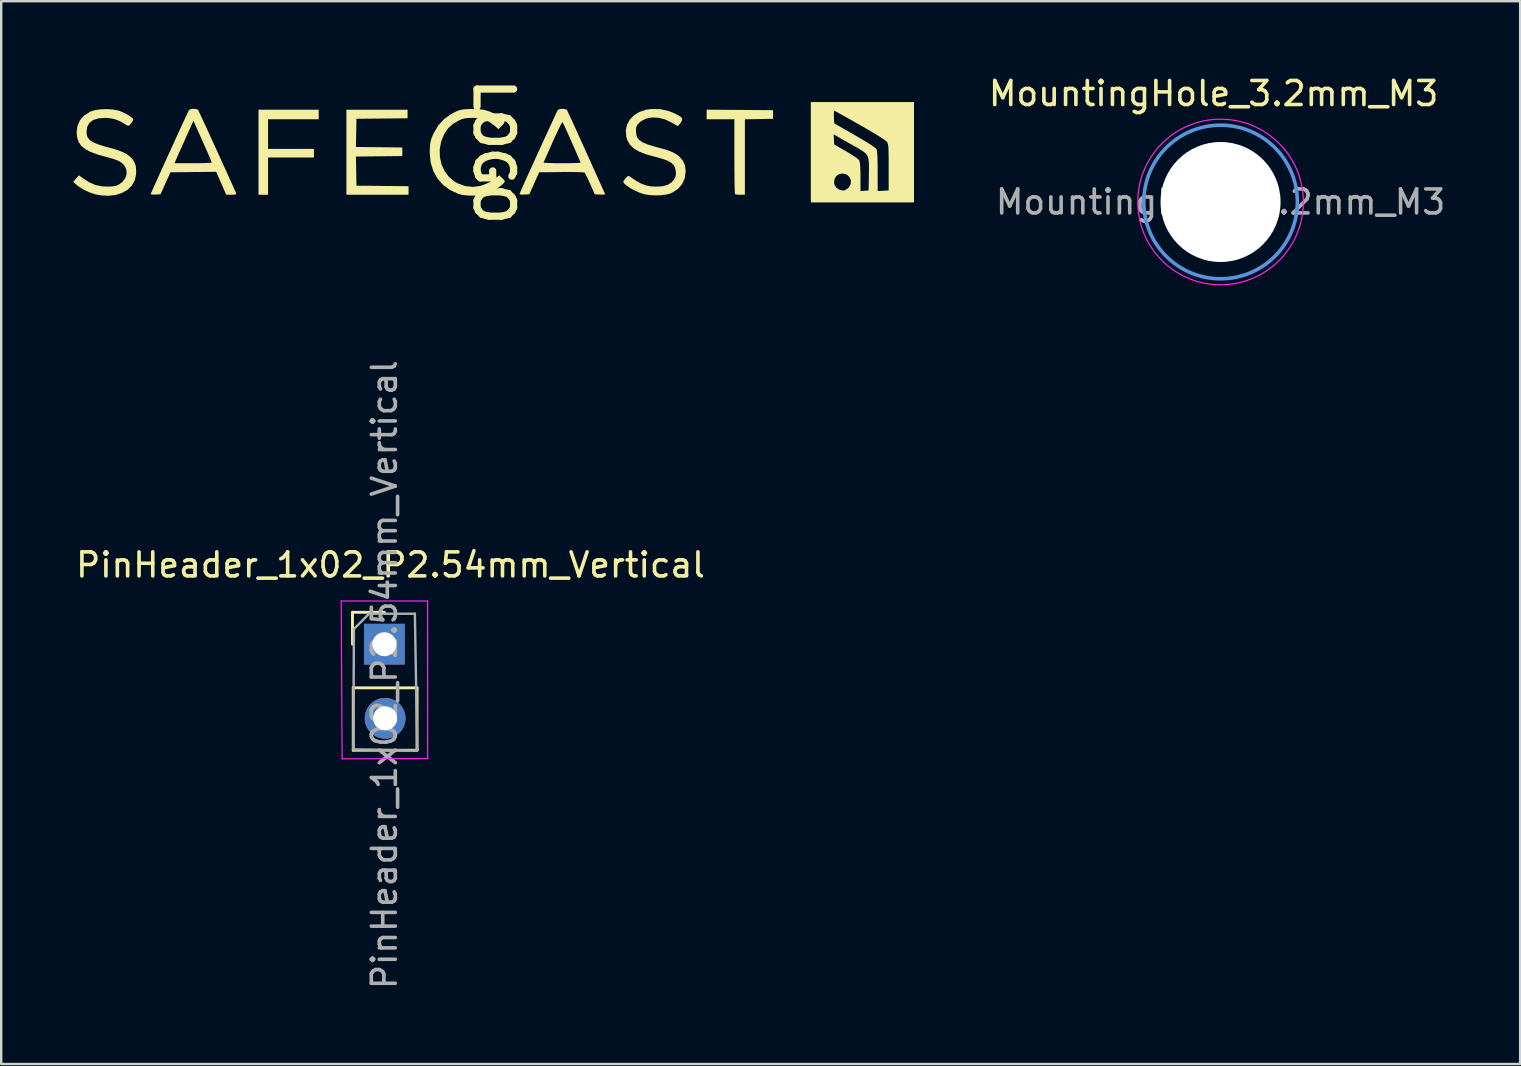
<source format=kicad_pcb>
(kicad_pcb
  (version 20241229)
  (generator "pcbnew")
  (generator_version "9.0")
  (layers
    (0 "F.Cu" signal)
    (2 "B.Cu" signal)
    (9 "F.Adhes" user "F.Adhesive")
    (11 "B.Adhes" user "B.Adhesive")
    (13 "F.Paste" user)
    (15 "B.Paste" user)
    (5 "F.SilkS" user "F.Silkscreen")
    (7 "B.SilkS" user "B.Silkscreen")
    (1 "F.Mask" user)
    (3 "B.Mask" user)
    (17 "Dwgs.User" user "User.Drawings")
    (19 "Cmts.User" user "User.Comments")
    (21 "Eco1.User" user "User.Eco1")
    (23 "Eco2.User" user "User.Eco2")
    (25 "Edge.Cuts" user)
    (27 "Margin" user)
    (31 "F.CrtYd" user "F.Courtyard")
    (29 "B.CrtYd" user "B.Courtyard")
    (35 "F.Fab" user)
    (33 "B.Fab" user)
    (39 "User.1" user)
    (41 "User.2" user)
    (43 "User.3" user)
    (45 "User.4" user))
  (footprint "LOGO"
    (layer "F.Cu")
    (at 17.515 3.273)
    (property "Reference" "LOGO" (at 0 0 270) (unlocked yes) (layer "F.SilkS") (effects (font (size 1.524 1.524) (thickness 0.3))))
    (attr board_only exclude_from_pos_files exclude_from_bom)
    (fp_poly (pts (xy -7.286 -1.354) (xy -9.396 -1.354) (xy -9.396 -0.119) (xy -7.485 -0.119) (xy -7.485 0.239) (xy -9.396 0.239) (xy -9.396 1.792) (xy -9.794 1.792) (xy -9.794 -1.752) (xy -7.286 -1.752)) (stroke (width 0) (type solid)) (fill yes) (layer "F.SilkS"))
    (fp_poly (pts (xy -3.583 -1.395) (xy -4.648 -1.384) (xy -5.713 -1.374) (xy -5.724 -0.787) (xy -5.735 -0.2) (xy -3.802 -0.179) (xy -3.802 0.179) (xy -5.735 0.2) (xy -5.724 0.807) (xy -5.713 1.413) (xy -4.628 1.424) (xy -3.543 1.435) (xy -3.543 1.792) (xy -6.131 1.792) (xy -6.131 -1.752) (xy -3.583 -1.752)) (stroke (width 0) (type solid)) (fill yes) (layer "F.SilkS"))
    (fp_poly (pts (xy 11.645 -1.732) (xy 11.645 -1.374) (xy 11.058 -1.362) (xy 10.471 -1.351) (xy 10.471 1.792) (xy 10.278 1.792) (xy 10.16 1.786) (xy 10.078 1.774) (xy 10.059 1.765) (xy 10.053 1.721) (xy 10.048 1.605) (xy 10.043 1.428) (xy 10.039 1.197) (xy 10.036 0.922) (xy 10.034 0.61) (xy 10.033 0.272) (xy 10.033 0.192) (xy 10.033 -1.354) (xy 8.878 -1.354) (xy 8.878 -1.753)) (stroke (width 0) (type solid)) (fill yes) (layer "F.SilkS"))
    (fp_poly (pts (xy -0.632 -1.779) (xy -0.36 -1.739) (xy -0.114 -1.656) (xy 0.127 -1.525) (xy 0.17 -1.498) (xy 0.324 -1.392) (xy 0.417 -1.315) (xy 0.455 -1.254) (xy 0.442 -1.194) (xy 0.385 -1.123) (xy 0.348 -1.086) (xy 0.205 -0.942) (xy 0.054 -1.074) (xy -0.193 -1.252) (xy -0.461 -1.361) (xy -0.766 -1.409) (xy -0.876 -1.412) (xy -1.065 -1.408) (xy -1.205 -1.391) (xy -1.328 -1.356) (xy -1.435 -1.31) (xy -1.695 -1.16) (xy -1.895 -0.976) (xy -2.054 -0.741) (xy -2.061 -0.728) (xy -2.186 -0.419) (xy -2.244 -0.1) (xy -2.237 0.216) (xy -2.17 0.52) (xy -2.045 0.799) (xy -1.865 1.041) (xy -1.634 1.237) (xy -1.501 1.313) (xy -1.184 1.429) (xy -0.865 1.465) (xy -0.546 1.422) (xy -0.228 1.301) (xy 0.088 1.1) (xy 0.13 1.067) (xy 0.24 0.979) (xy 0.367 1.105) (xy 0.443 1.184) (xy 0.468 1.234) (xy 0.449 1.278) (xy 0.419 1.313) (xy 0.292 1.425) (xy 0.117 1.544) (xy -0.08 1.654) (xy -0.271 1.738) (xy -0.328 1.758) (xy -0.556 1.807) (xy -0.819 1.829) (xy -1.087 1.824) (xy -1.329 1.793) (xy -1.454 1.76) (xy -1.804 1.6) (xy -2.099 1.386) (xy -2.335 1.121) (xy -2.509 0.81) (xy -2.619 0.457) (xy -2.661 0.067) (xy -2.658 -0.107) (xy -2.644 -0.303) (xy -2.619 -0.455) (xy -2.575 -0.594) (xy -2.504 -0.757) (xy -2.495 -0.775) (xy -2.298 -1.104) (xy -2.045 -1.376) (xy -1.74 -1.588) (xy -1.651 -1.634) (xy -1.515 -1.697) (xy -1.399 -1.737) (xy -1.278 -1.762) (xy -1.125 -1.776) (xy -0.955 -1.783)) (stroke (width 0) (type solid)) (fill yes) (layer "F.SilkS"))
    (fp_poly (pts (xy -12.401 -1.781) (xy -12.321 -1.751) (xy -12.312 -1.742) (xy -12.291 -1.7) (xy -12.241 -1.594) (xy -12.165 -1.433) (xy -12.069 -1.226) (xy -11.956 -0.981) (xy -11.83 -0.706) (xy -11.695 -0.411) (xy -11.555 -0.105) (xy -11.413 0.205) (xy -11.275 0.509) (xy -11.143 0.799) (xy -11.022 1.067) (xy -10.916 1.302) (xy -10.828 1.497) (xy -10.763 1.644) (xy -10.725 1.732) (xy -10.721 1.742) (xy -10.733 1.772) (xy -10.806 1.788) (xy -10.92 1.792) (xy -11.139 1.792) (xy -11.348 1.313) (xy -11.558 0.835) (xy -12.511 0.845) (xy -13.464 0.856) (xy -13.876 1.772) (xy -14.088 1.784) (xy -14.203 1.785) (xy -14.274 1.773) (xy -14.287 1.76) (xy -14.258 1.694) (xy -14.202 1.567) (xy -14.122 1.388) (xy -14.022 1.165) (xy -13.906 0.908) (xy -13.777 0.625) (xy -13.71 0.478) (xy -13.293 0.478) (xy -12.519 0.478) (xy -12.28 0.476) (xy -12.072 0.472) (xy -11.905 0.465) (xy -11.792 0.457) (xy -11.745 0.447) (xy -11.745 0.446) (xy -11.76 0.401) (xy -11.803 0.295) (xy -11.869 0.142) (xy -11.951 -0.048) (xy -12.037 -0.241) (xy -12.138 -0.468) (xy -12.235 -0.685) (xy -12.32 -0.875) (xy -12.385 -1.022) (xy -12.417 -1.094) (xy -12.504 -1.292) (xy -12.844 -0.537) (xy -12.95 -0.301) (xy -13.048 -0.082) (xy -13.132 0.106) (xy -13.196 0.251) (xy -13.234 0.339) (xy -13.238 0.348) (xy -13.293 0.478) (xy -13.71 0.478) (xy -13.641 0.325) (xy -13.5 0.015) (xy -13.359 -0.294) (xy -13.221 -0.595) (xy -13.091 -0.878) (xy -12.973 -1.136) (xy -12.87 -1.359) (xy -12.786 -1.539) (xy -12.726 -1.666) (xy -12.694 -1.734) (xy -12.689 -1.742) (xy -12.621 -1.777) (xy -12.513 -1.79)) (stroke (width 0) (type solid)) (fill yes) (layer "F.SilkS"))
    (fp_poly (pts (xy -15.868 -1.761) (xy -15.647 -1.721) (xy -15.582 -1.701) (xy -15.43 -1.638) (xy -15.279 -1.561) (xy -15.147 -1.48) (xy -15.052 -1.406) (xy -15.011 -1.35) (xy -15.011 -1.345) (xy -15.035 -1.283) (xy -15.094 -1.194) (xy -15.109 -1.175) (xy -15.175 -1.099) (xy -15.223 -1.079) (xy -15.283 -1.105) (xy -15.317 -1.127) (xy -15.568 -1.273) (xy -15.798 -1.362) (xy -16.035 -1.405) (xy -16.184 -1.412) (xy -16.465 -1.39) (xy -16.683 -1.322) (xy -16.837 -1.207) (xy -16.929 -1.043) (xy -16.96 -0.831) (xy -16.947 -0.696) (xy -16.904 -0.583) (xy -16.821 -0.486) (xy -16.691 -0.4) (xy -16.506 -0.319) (xy -16.257 -0.238) (xy -15.987 -0.163) (xy -15.695 -0.079) (xy -15.467 0.005) (xy -15.29 0.097) (xy -15.147 0.204) (xy -15.056 0.296) (xy -14.961 0.436) (xy -14.907 0.597) (xy -14.891 0.801) (xy -14.897 0.953) (xy -14.952 1.198) (xy -15.072 1.409) (xy -15.249 1.582) (xy -15.476 1.713) (xy -15.744 1.799) (xy -16.045 1.834) (xy -16.372 1.816) (xy -16.588 1.775) (xy -16.841 1.692) (xy -17.091 1.574) (xy -17.306 1.436) (xy -17.369 1.384) (xy -17.515 1.254) (xy -17.28 0.981) (xy -17.101 1.109) (xy -16.837 1.277) (xy -16.589 1.384) (xy -16.331 1.439) (xy -16.124 1.451) (xy -15.926 1.447) (xy -15.783 1.429) (xy -15.668 1.393) (xy -15.627 1.374) (xy -15.457 1.252) (xy -15.343 1.097) (xy -15.289 0.922) (xy -15.3 0.744) (xy -15.38 0.578) (xy -15.406 0.545) (xy -15.505 0.454) (xy -15.634 0.377) (xy -15.808 0.308) (xy -16.042 0.24) (xy -16.124 0.219) (xy -16.491 0.118) (xy -16.785 0.009) (xy -17.012 -0.11) (xy -17.178 -0.247) (xy -17.289 -0.406) (xy -17.351 -0.592) (xy -17.372 -0.81) (xy -17.372 -0.816) (xy -17.336 -1.085) (xy -17.231 -1.317) (xy -17.056 -1.51) (xy -16.811 -1.666) (xy -16.781 -1.68) (xy -16.601 -1.736) (xy -16.371 -1.768) (xy -16.118 -1.777)) (stroke (width 0) (type solid)) (fill yes) (layer "F.SilkS"))
    (fp_poly (pts (xy 6.945 -1.774) (xy 7.297 -1.697) (xy 7.559 -1.589) (xy 7.722 -1.503) (xy 7.82 -1.435) (xy 7.86 -1.373) (xy 7.85 -1.303) (xy 7.799 -1.215) (xy 7.798 -1.214) (xy 7.734 -1.129) (xy 7.688 -1.08) (xy 7.679 -1.075) (xy 7.634 -1.094) (xy 7.542 -1.144) (xy 7.426 -1.212) (xy 7.153 -1.343) (xy 6.877 -1.416) (xy 6.609 -1.429) (xy 6.364 -1.384) (xy 6.154 -1.28) (xy 6.064 -1.205) (xy 5.984 -1.114) (xy 5.945 -1.029) (xy 5.933 -0.912) (xy 5.932 -0.86) (xy 5.946 -0.708) (xy 5.993 -0.583) (xy 6.081 -0.478) (xy 6.22 -0.387) (xy 6.417 -0.304) (xy 6.68 -0.223) (xy 6.839 -0.181) (xy 7.127 -0.103) (xy 7.35 -0.027) (xy 7.525 0.052) (xy 7.665 0.14) (xy 7.733 0.195) (xy 7.885 0.366) (xy 7.972 0.561) (xy 8.002 0.8) (xy 8.002 0.824) (xy 7.966 1.101) (xy 7.86 1.343) (xy 7.686 1.545) (xy 7.448 1.702) (xy 7.383 1.732) (xy 7.21 1.782) (xy 6.987 1.811) (xy 6.739 1.818) (xy 6.492 1.804) (xy 6.273 1.768) (xy 6.247 1.761) (xy 6.053 1.694) (xy 5.848 1.599) (xy 5.656 1.49) (xy 5.504 1.38) (xy 5.455 1.334) (xy 5.411 1.281) (xy 5.407 1.237) (xy 5.447 1.173) (xy 5.492 1.117) (xy 5.564 1.034) (xy 5.611 1.005) (xy 5.66 1.021) (xy 5.699 1.048) (xy 5.946 1.215) (xy 6.16 1.332) (xy 6.361 1.405) (xy 6.57 1.443) (xy 6.788 1.453) (xy 7.054 1.435) (xy 7.26 1.376) (xy 7.419 1.272) (xy 7.518 1.155) (xy 7.579 1.04) (xy 7.598 0.923) (xy 7.593 0.825) (xy 7.565 0.679) (xy 7.503 0.559) (xy 7.4 0.459) (xy 7.245 0.372) (xy 7.031 0.293) (xy 6.747 0.215) (xy 6.688 0.2) (xy 6.331 0.1) (xy 6.047 -0.016) (xy 5.829 -0.149) (xy 5.672 -0.306) (xy 5.569 -0.49) (xy 5.53 -0.62) (xy 5.508 -0.881) (xy 5.558 -1.123) (xy 5.674 -1.338) (xy 5.849 -1.519) (xy 6.076 -1.659) (xy 6.348 -1.75) (xy 6.566 -1.781)) (stroke (width 0) (type solid)) (fill yes) (layer "F.SilkS"))
    (fp_poly (pts (xy 2.966 -1.781) (xy 3.045 -1.751) (xy 3.054 -1.742) (xy 3.078 -1.696) (xy 3.13 -1.586) (xy 3.209 -1.417) (xy 3.31 -1.198) (xy 3.43 -0.935) (xy 3.565 -0.637) (xy 3.713 -0.31) (xy 3.862 0.02) (xy 4.017 0.366) (xy 4.163 0.69) (xy 4.296 0.985) (xy 4.412 1.243) (xy 4.509 1.457) (xy 4.583 1.62) (xy 4.63 1.725) (xy 4.648 1.764) (xy 4.622 1.779) (xy 4.537 1.786) (xy 4.44 1.784) (xy 4.215 1.772) (xy 4.024 1.341) (xy 3.946 1.169) (xy 3.876 1.023) (xy 3.823 0.918) (xy 3.795 0.873) (xy 3.743 0.861) (xy 3.621 0.852) (xy 3.435 0.846) (xy 3.193 0.844) (xy 2.906 0.844) (xy 2.828 0.845) (xy 1.898 0.856) (xy 1.489 1.772) (xy 1.277 1.784) (xy 1.151 1.786) (xy 1.092 1.774) (xy 1.085 1.744) (xy 1.117 1.669) (xy 1.177 1.534) (xy 1.259 1.349) (xy 1.362 1.121) (xy 1.48 0.86) (xy 1.61 0.574) (xy 1.667 0.448) (xy 2.081 0.448) (xy 2.114 0.457) (xy 2.215 0.465) (xy 2.372 0.471) (xy 2.573 0.476) (xy 2.807 0.478) (xy 2.844 0.478) (xy 3.083 0.477) (xy 3.293 0.473) (xy 3.46 0.468) (xy 3.574 0.462) (xy 3.622 0.454) (xy 3.623 0.453) (xy 3.607 0.41) (xy 3.565 0.307) (xy 3.5 0.157) (xy 3.42 -0.028) (xy 3.329 -0.235) (xy 3.233 -0.452) (xy 3.139 -0.665) (xy 3.05 -0.861) (xy 2.974 -1.03) (xy 2.915 -1.157) (xy 2.879 -1.23) (xy 2.872 -1.242) (xy 2.849 -1.215) (xy 2.8 -1.125) (xy 2.728 -0.982) (xy 2.639 -0.795) (xy 2.537 -0.573) (xy 2.471 -0.426) (xy 2.364 -0.185) (xy 2.267 0.032) (xy 2.186 0.214) (xy 2.125 0.351) (xy 2.089 0.431) (xy 2.081 0.448) (xy 1.667 0.448) (xy 1.747 0.272) (xy 1.888 -0.037) (xy 2.029 -0.345) (xy 2.165 -0.644) (xy 2.294 -0.923) (xy 2.41 -1.176) (xy 2.51 -1.392) (xy 2.59 -1.564) (xy 2.646 -1.682) (xy 2.674 -1.739) (xy 2.676 -1.742) (xy 2.746 -1.777) (xy 2.854 -1.79)) (stroke (width 0) (type solid)) (fill yes) (layer "F.SilkS"))
    (fp_poly (pts (xy 17.517 2.11) (xy 13.218 2.11) (xy 13.218 1.302) (xy 14.188 1.302) (xy 14.215 1.399) (xy 14.302 1.516) (xy 14.434 1.594) (xy 14.58 1.615) (xy 14.611 1.61) (xy 14.708 1.566) (xy 14.8 1.489) (xy 14.877 1.351) (xy 14.888 1.203) (xy 14.837 1.065) (xy 14.728 0.961) (xy 14.684 0.939) (xy 14.524 0.907) (xy 14.38 0.94) (xy 14.267 1.026) (xy 14.199 1.151) (xy 14.188 1.302) (xy 13.218 1.302) (xy 13.218 -0.727) (xy 14.169 -0.727) (xy 14.181 -0.514) (xy 14.193 -0.302) (xy 14.691 -0.017) (xy 14.895 0.105) (xy 15.061 0.213) (xy 15.179 0.301) (xy 15.237 0.361) (xy 15.237 0.363) (xy 15.261 0.455) (xy 15.277 0.624) (xy 15.286 0.869) (xy 15.287 1.047) (xy 15.288 1.637) (xy 15.457 1.625) (xy 15.626 1.612) (xy 15.637 0.967) (xy 15.641 0.687) (xy 15.639 0.473) (xy 15.622 0.311) (xy 15.585 0.188) (xy 15.52 0.088) (xy 15.419 -0.001) (xy 15.276 -0.094) (xy 15.085 -0.204) (xy 15.023 -0.238) (xy 14.825 -0.35) (xy 14.637 -0.457) (xy 14.477 -0.548) (xy 14.362 -0.614) (xy 14.34 -0.627) (xy 14.169 -0.727) (xy 13.218 -0.727) (xy 13.218 -1.58) (xy 14.178 -1.58) (xy 14.181 -1.448) (xy 14.193 -1.184) (xy 15.045 -0.696) (xy 15.326 -0.532) (xy 15.563 -0.389) (xy 15.749 -0.27) (xy 15.878 -0.18) (xy 15.944 -0.122) (xy 15.949 -0.114) (xy 15.969 -0.053) (xy 15.983 0.054) (xy 15.994 0.217) (xy 16 0.442) (xy 16.003 0.737) (xy 16.003 0.808) (xy 16.004 1.636) (xy 16.233 1.624) (xy 16.462 1.612) (xy 16.462 0.655) (xy 16.462 0.349) (xy 16.459 0.111) (xy 16.455 -0.067) (xy 16.448 -0.196) (xy 16.437 -0.287) (xy 16.421 -0.35) (xy 16.401 -0.395) (xy 16.393 -0.407) (xy 16.335 -0.461) (xy 16.21 -0.549) (xy 16.021 -0.67) (xy 15.773 -0.82) (xy 15.469 -0.997) (xy 15.269 -1.112) (xy 15.005 -1.261) (xy 14.764 -1.397) (xy 14.555 -1.515) (xy 14.385 -1.609) (xy 14.263 -1.675) (xy 14.199 -1.709) (xy 14.191 -1.712) (xy 14.182 -1.676) (xy 14.178 -1.58) (xy 13.218 -1.58) (xy 13.218 -2.07) (xy 17.517 -2.07)) (stroke (width 0) (type solid)) (fill yes) (layer "F.SilkS")))
  (footprint "MountingHole_3.2mm_M3"
    (layer "F.Cu")
    (at 47.805 5.366)
    (property "Reference" "MountingHole_3.2mm_M3" (at -0.29 -4.518 0) (unlocked yes) (layer "F.SilkS") (effects (font (size 1 1) (thickness 0.15))))
    (attr exclude_from_pos_files)
    (fp_circle (center 0 0) (end 3.2 0) (stroke (width 0.15) (type solid)) (fill no) (layer "Cmts.User"))
    (fp_circle (center 0 0) (end 3.45 0) (stroke (width 0.05) (type solid)) (fill no) (layer "F.CrtYd"))
    (fp_text user "${REFERENCE}" (at 0 0 0) (layer "F.Fab") (effects (font (size 1 1) (thickness 0.15))))
    (pad "" np_thru_hole circle (at 0 0) (size 5 5) (drill 5) (layers "*.Cu" "*.Mask")))
  (footprint "PinHeader_1x02_P2.54mm_Vertical"
    (layer "F.Cu")
    (at 12.966 23.791)
    (property "Reference" "PinHeader_1x02_P2.54mm_Vertical" (at 0.254 -3.302 0) (unlocked yes) (layer "F.SilkS") (effects (font (size 1 1) (thickness 0.15))))
    (attr through_hole)
    (fp_line (start -1.33 -1.33) (end 0 -1.33) (stroke (width 0.12) (type solid)) (layer "F.SilkS"))
    (fp_line (start -1.33 0) (end -1.33 -1.33) (stroke (width 0.12) (type solid)) (layer "F.SilkS"))
    (fp_line (start -1.299 1.817) (end -1.299 4.417) (stroke (width 0.12) (type solid)) (layer "F.SilkS"))
    (fp_line (start -1.299 1.817) (end 1.361 1.817) (stroke (width 0.12) (type solid)) (layer "F.SilkS"))
    (fp_line (start -1.299 4.417) (end 1.361 4.417) (stroke (width 0.12) (type solid)) (layer "F.SilkS"))
    (fp_line (start 1.361 1.817) (end 1.361 4.417) (stroke (width 0.12) (type solid)) (layer "F.SilkS"))
    (fp_line (start -1.8 -1.8) (end -1.761 4.776) (stroke (width 0.05) (type solid)) (layer "F.CrtYd"))
    (fp_line (start -1.761 4.776) (end 1.802 4.765) (stroke (width 0.05) (type solid)) (layer "F.CrtYd"))
    (fp_line (start 1.8 -1.8) (end -1.8 -1.8) (stroke (width 0.05) (type solid)) (layer "F.CrtYd"))
    (fp_line (start 1.802 4.765) (end 1.8 -1.8) (stroke (width 0.05) (type solid)) (layer "F.CrtYd"))
    (fp_line (start -1.295 4.382) (end -1.27 -0.635) (stroke (width 0.1) (type solid)) (layer "F.Fab"))
    (fp_line (start -1.27 -0.635) (end -0.635 -1.27) (stroke (width 0.1) (type solid)) (layer "F.Fab"))
    (fp_line (start -0.635 -1.27) (end 1.27 -1.27) (stroke (width 0.1) (type solid)) (layer "F.Fab"))
    (fp_line (start 1.27 -1.27) (end 1.367 4.434) (stroke (width 0.1) (type solid)) (layer "F.Fab"))
    (fp_line (start 1.367 4.434) (end -1.295 4.382) (stroke (width 0.1) (type solid)) (layer "F.Fab"))
    (fp_text user "${REFERENCE}" (at 0 1.27 90) (layer "F.Fab") (effects (font (size 1 1) (thickness 0.15))))
    (pad "1" thru_hole rect (at 0 0) (size 1.7 1.7) (drill 1) (layers "*.Cu" "*.Mask"))
    (pad "2" thru_hole oval (at 0.031 3.087) (size 1.7 1.7) (drill 1) (layers "*.Cu" "*.Mask")))
  (gr_rect
    (start -3 -3)
    (end 60.287 41.282)
    (stroke (width 0.1) (type default))
    (fill no)
    (layer "Edge.Cuts")))
</source>
